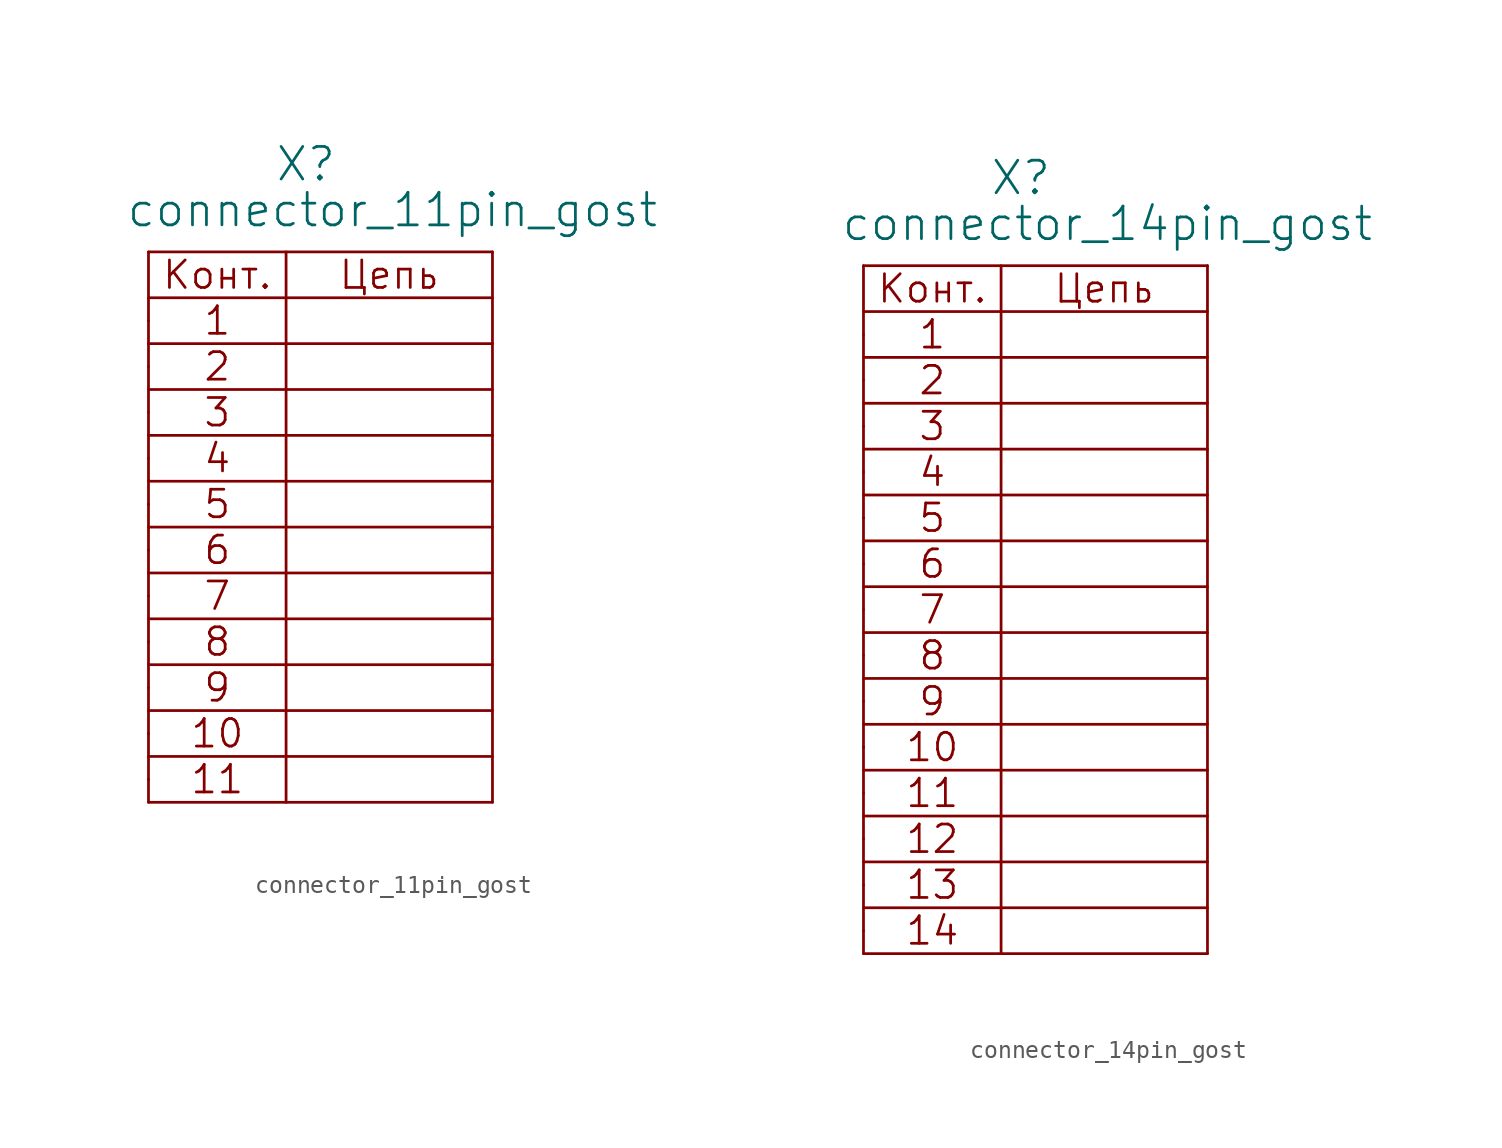
<source format=kicad_sym>
(kicad_symbol_lib
  (version 20211014)
  (generator kicad_symbol_editor)
  (symbol "connector_11pin_gost"
    (pin_numbers hide)
    (pin_names
      (offset 1.016) hide)
    (property "Reference" "X"
      (at 6.985 7.62 0)
      (effects (font (size 1.803 1.803)) (justify left bottom)))
    (property "Value" "connector_11pin_gost"
      (at -1.27 5.08 0)
      (effects (font (size 1.803 1.803)) (justify left bottom)))
    (property "Datasheet" ""
      (at 0 0 0)
      (effects (font (size 1.524 1.524))))
    (symbol "connector_11pin_gost_0_0"
      (polyline (pts (xy 0 -26.67) (xy 19.05 -26.67)) (stroke (width 0) (type default) (color 0 0 0 0)) (fill (type none)))
      (polyline (pts (xy 0 -25.4) (xy 0 -25.4)) (stroke (width 0) (type default) (color 0 0 0 0)) (fill (type none)))
      (polyline (pts (xy 0 -24.13) (xy 19.05 -24.13)) (stroke (width 0) (type default) (color 0 0 0 0)) (fill (type none)))
      (polyline (pts (xy 0 -22.86) (xy 0 -22.86)) (stroke (width 0) (type default) (color 0 0 0 0)) (fill (type none)))
      (polyline (pts (xy 0 -21.59) (xy 19.05 -21.59)) (stroke (width 0) (type default) (color 0 0 0 0)) (fill (type none)))
      (polyline (pts (xy 0 -19.05) (xy 19.05 -19.05)) (stroke (width 0) (type default) (color 0 0 0 0)) (fill (type none)))
      (polyline (pts (xy 0 -16.51) (xy 19.05 -16.51)) (stroke (width 0) (type default) (color 0 0 0 0)) (fill (type none)))
      (polyline (pts (xy 0 -11.43) (xy 19.05 -11.43)) (stroke (width 0) (type default) (color 0 0 0 0)) (fill (type none)))
      (polyline (pts (xy 0 -10.16) (xy 0 -10.16)) (stroke (width 0) (type default) (color 0 0 0 0)) (fill (type none)))
      (polyline (pts (xy 0 -8.89) (xy 19.05 -8.89)) (stroke (width 0) (type default) (color 0 0 0 0)) (fill (type none)))
      (polyline (pts (xy 0 -6.35) (xy 19.05 -6.35)) (stroke (width 0) (type default) (color 0 0 0 0)) (fill (type none)))
      (polyline (pts (xy 0 -3.81) (xy 19.05 -3.81)) (stroke (width 0) (type default) (color 0 0 0 0)) (fill (type none)))
      (polyline (pts (xy 0 1.27) (xy 19.05 1.27)) (stroke (width 0) (type default) (color 0 0 0 0)) (fill (type none)))
      (polyline (pts (xy 19.05 -13.97) (xy 0 -13.97)) (stroke (width 0) (type default) (color 0 0 0 0)) (fill (type none)))
      (polyline (pts (xy 19.05 -1.27) (xy 0 -1.27)) (stroke (width 0) (type default) (color 0 0 0 0)) (fill (type none)))
      (text "1" (at 3.81 0 0) (effects (font (size 1.524 1.524))))
      (text "10" (at 3.81 -22.86 0) (effects (font (size 1.524 1.524))))
      (text "11" (at 3.81 -25.4 0) (effects (font (size 1.524 1.524))))
      (text "2" (at 3.81 -2.54 0) (effects (font (size 1.524 1.524))))
      (text "3" (at 3.81 -5.08 0) (effects (font (size 1.524 1.524))))
      (text "4" (at 3.81 -7.62 0) (effects (font (size 1.524 1.524))))
      (text "5" (at 3.81 -10.16 0) (effects (font (size 1.524 1.524))))
      (text "6" (at 3.81 -12.7 0) (effects (font (size 1.524 1.524))))
      (text "7" (at 3.81 -15.24 0) (effects (font (size 1.524 1.524))))
      (text "8" (at 3.81 -17.78 0) (effects (font (size 1.524 1.524))))
      (text "9" (at 3.81 -20.32 0) (effects (font (size 1.524 1.524))))
      (text "Конт." (at 3.81 2.54 0) (effects (font (size 1.524 1.524))))
      (text "Цепь" (at 13.335 2.54 0) (effects (font (size 1.524 1.524)))))
    (symbol "connector_11pin_gost_0_1"
      (polyline (pts (xy 0 3.81) (xy 0 -26.67)) (stroke (width 0) (type default) (color 0 0 0 0)) (fill (type none)))
      (polyline (pts (xy 0 3.81) (xy 19.05 3.81)) (stroke (width 0) (type default) (color 0 0 0 0)) (fill (type none)))
      (polyline (pts (xy 7.62 3.81) (xy 7.62 -26.67)) (stroke (width 0) (type default) (color 0 0 0 0)) (fill (type none)))
      (polyline (pts (xy 19.05 -26.67) (xy 19.05 3.81)) (stroke (width 0) (type default) (color 0 0 0 0)) (fill (type none))))
    (symbol "connector_11pin_gost_1_1"
      (pin passive line (at 0 0 0) (length 0) (name "~" (effects (font (size 1.549 1.549)))) (number "1" (effects (font (size 1.549 1.549)))))
      (pin passive line (at 0 -25.4 0) (length 0) (name "~" (effects (font (size 1.549 1.549)))) (number "10" (effects (font (size 1.549 1.549)))))
      (pin passive line (at 0 -22.86 0) (length 0) (name "~" (effects (font (size 1.549 1.549)))) (number "10" (effects (font (size 1.549 1.549)))))
      (pin passive line (at 0 -2.54 0) (length 0) (name "~" (effects (font (size 1.549 1.549)))) (number "2" (effects (font (size 1.549 1.549)))))
      (pin passive line (at 0 -5.08 0) (length 0) (name "~" (effects (font (size 1.549 1.549)))) (number "3" (effects (font (size 1.549 1.549)))))
      (pin passive line (at 0 -7.62 0) (length 0) (name "~" (effects (font (size 1.549 1.549)))) (number "4" (effects (font (size 1.549 1.549)))))
      (pin passive line (at 0 -10.16 0) (length 0) (name "~" (effects (font (size 1.549 1.549)))) (number "5" (effects (font (size 1.549 1.549)))))
      (pin passive line (at 0 -12.7 0) (length 0) (name "~" (effects (font (size 1.549 1.549)))) (number "6" (effects (font (size 1.549 1.549)))))
      (pin passive line (at 0 -15.24 0) (length 0) (name "~" (effects (font (size 1.549 1.549)))) (number "7" (effects (font (size 1.549 1.549)))))
      (pin passive line (at 0 -17.78 0) (length 0) (name "~" (effects (font (size 1.549 1.549)))) (number "8" (effects (font (size 1.549 1.549)))))
      (pin passive line (at 0 -20.32 0) (length 0) (name "~" (effects (font (size 1.549 1.549)))) (number "9" (effects (font (size 1.549 1.549)))))))
  (symbol "connector_14pin_gost"
    (pin_numbers hide)
    (pin_names
      (offset 1.016) hide)
    (property "Reference" "X"
      (at 6.985 7.62 0)
      (effects (font (size 1.803 1.803)) (justify left bottom)))
    (property "Value" "connector_14pin_gost"
      (at -1.27 5.08 0)
      (effects (font (size 1.803 1.803)) (justify left bottom)))
    (property "Datasheet" ""
      (at 0 0 0)
      (effects (font (size 1.524 1.524))))
    (symbol "connector_14pin_gost_0_0"
      (polyline (pts (xy 0 -34.29) (xy 19.05 -34.29)) (stroke (width 0) (type default) (color 0 0 0 0)) (fill (type none)))
      (polyline (pts (xy 0 -31.75) (xy 19.05 -31.75)) (stroke (width 0) (type default) (color 0 0 0 0)) (fill (type none)))
      (polyline (pts (xy 0 -29.21) (xy 19.05 -29.21)) (stroke (width 0) (type default) (color 0 0 0 0)) (fill (type none)))
      (polyline (pts (xy 0 -24.13) (xy 19.05 -24.13)) (stroke (width 0) (type default) (color 0 0 0 0)) (fill (type none)))
      (polyline (pts (xy 0 -22.86) (xy 0 -22.86)) (stroke (width 0) (type default) (color 0 0 0 0)) (fill (type none)))
      (polyline (pts (xy 0 -21.59) (xy 19.05 -21.59)) (stroke (width 0) (type default) (color 0 0 0 0)) (fill (type none)))
      (polyline (pts (xy 0 -19.05) (xy 19.05 -19.05)) (stroke (width 0) (type default) (color 0 0 0 0)) (fill (type none)))
      (polyline (pts (xy 0 -16.51) (xy 19.05 -16.51)) (stroke (width 0) (type default) (color 0 0 0 0)) (fill (type none)))
      (polyline (pts (xy 0 -11.43) (xy 19.05 -11.43)) (stroke (width 0) (type default) (color 0 0 0 0)) (fill (type none)))
      (polyline (pts (xy 0 -10.16) (xy 0 -10.16)) (stroke (width 0) (type default) (color 0 0 0 0)) (fill (type none)))
      (polyline (pts (xy 0 -8.89) (xy 19.05 -8.89)) (stroke (width 0) (type default) (color 0 0 0 0)) (fill (type none)))
      (polyline (pts (xy 0 -6.35) (xy 19.05 -6.35)) (stroke (width 0) (type default) (color 0 0 0 0)) (fill (type none)))
      (polyline (pts (xy 0 -3.81) (xy 19.05 -3.81)) (stroke (width 0) (type default) (color 0 0 0 0)) (fill (type none)))
      (polyline (pts (xy 0 1.27) (xy 19.05 1.27)) (stroke (width 0) (type default) (color 0 0 0 0)) (fill (type none)))
      (polyline (pts (xy 19.05 -26.67) (xy 0 -26.67)) (stroke (width 0) (type default) (color 0 0 0 0)) (fill (type none)))
      (polyline (pts (xy 19.05 -13.97) (xy 0 -13.97)) (stroke (width 0) (type default) (color 0 0 0 0)) (fill (type none)))
      (polyline (pts (xy 19.05 -1.27) (xy 0 -1.27)) (stroke (width 0) (type default) (color 0 0 0 0)) (fill (type none)))
      (text "1" (at 3.81 0 0) (effects (font (size 1.524 1.524))))
      (text "10" (at 3.81 -22.86 0) (effects (font (size 1.524 1.524))))
      (text "11" (at 3.81 -25.4 0) (effects (font (size 1.524 1.524))))
      (text "12" (at 3.81 -27.94 0) (effects (font (size 1.524 1.524))))
      (text "13" (at 3.81 -30.48 0) (effects (font (size 1.524 1.524))))
      (text "14" (at 3.81 -33.02 0) (effects (font (size 1.524 1.524))))
      (text "2" (at 3.81 -2.54 0) (effects (font (size 1.524 1.524))))
      (text "3" (at 3.81 -5.08 0) (effects (font (size 1.524 1.524))))
      (text "4" (at 3.81 -7.62 0) (effects (font (size 1.524 1.524))))
      (text "5" (at 3.81 -10.16 0) (effects (font (size 1.524 1.524))))
      (text "6" (at 3.81 -12.7 0) (effects (font (size 1.524 1.524))))
      (text "7" (at 3.81 -15.24 0) (effects (font (size 1.524 1.524))))
      (text "8" (at 3.81 -17.78 0) (effects (font (size 1.524 1.524))))
      (text "9" (at 3.81 -20.32 0) (effects (font (size 1.524 1.524))))
      (text "Конт." (at 3.81 2.54 0) (effects (font (size 1.524 1.524))))
      (text "Цепь" (at 13.335 2.54 0) (effects (font (size 1.524 1.524)))))
    (symbol "connector_14pin_gost_0_1"
      (polyline (pts (xy 0 -34.29) (xy 0 3.81)) (stroke (width 0) (type default) (color 0 0 0 0)) (fill (type none)))
      (polyline (pts (xy 0 3.81) (xy 19.05 3.81)) (stroke (width 0) (type default) (color 0 0 0 0)) (fill (type none)))
      (polyline (pts (xy 7.62 3.81) (xy 7.62 -34.29)) (stroke (width 0) (type default) (color 0 0 0 0)) (fill (type none)))
      (polyline (pts (xy 19.05 -34.29) (xy 19.05 3.81)) (stroke (width 0) (type default) (color 0 0 0 0)) (fill (type none))))
    (symbol "connector_14pin_gost_1_1"
      (pin passive line (at 0 0 0) (length 0) (name "~" (effects (font (size 1.549 1.549)))) (number "1" (effects (font (size 1.549 1.549)))))
      (pin passive line (at 0 -22.86 0) (length 0) (name "~" (effects (font (size 1.549 1.549)))) (number "10" (effects (font (size 1.549 1.549)))))
      (pin passive line (at 0 -25.4 0) (length 0) (name "~" (effects (font (size 1.549 1.549)))) (number "11" (effects (font (size 1.549 1.549)))))
      (pin passive line (at 0 -27.94 0) (length 0) (name "~" (effects (font (size 1.549 1.549)))) (number "12" (effects (font (size 1.549 1.549)))))
      (pin passive line (at 0 -30.48 0) (length 0) (name "~" (effects (font (size 1.549 1.549)))) (number "13" (effects (font (size 1.549 1.549)))))
      (pin passive line (at 0 -33.02 0) (length 0) (name "~" (effects (font (size 1.549 1.549)))) (number "14" (effects (font (size 1.549 1.549)))))
      (pin passive line (at 0 -2.54 0) (length 0) (name "~" (effects (font (size 1.549 1.549)))) (number "2" (effects (font (size 1.549 1.549)))))
      (pin passive line (at 0 -5.08 0) (length 0) (name "~" (effects (font (size 1.549 1.549)))) (number "3" (effects (font (size 1.549 1.549)))))
      (pin passive line (at 0 -7.62 0) (length 0) (name "~" (effects (font (size 1.549 1.549)))) (number "4" (effects (font (size 1.549 1.549)))))
      (pin passive line (at 0 -10.16 0) (length 0) (name "~" (effects (font (size 1.549 1.549)))) (number "5" (effects (font (size 1.549 1.549)))))
      (pin passive line (at 0 -12.7 0) (length 0) (name "~" (effects (font (size 1.549 1.549)))) (number "6" (effects (font (size 1.549 1.549)))))
      (pin passive line (at 0 -15.24 0) (length 0) (name "~" (effects (font (size 1.549 1.549)))) (number "7" (effects (font (size 1.549 1.549)))))
      (pin passive line (at 0 -17.78 0) (length 0) (name "~" (effects (font (size 1.549 1.549)))) (number "8" (effects (font (size 1.549 1.549)))))
      (pin passive line (at 0 -20.32 0) (length 0) (name "~" (effects (font (size 1.549 1.549)))) (number "9" (effects (font (size 1.549 1.549))))))))
</source>
